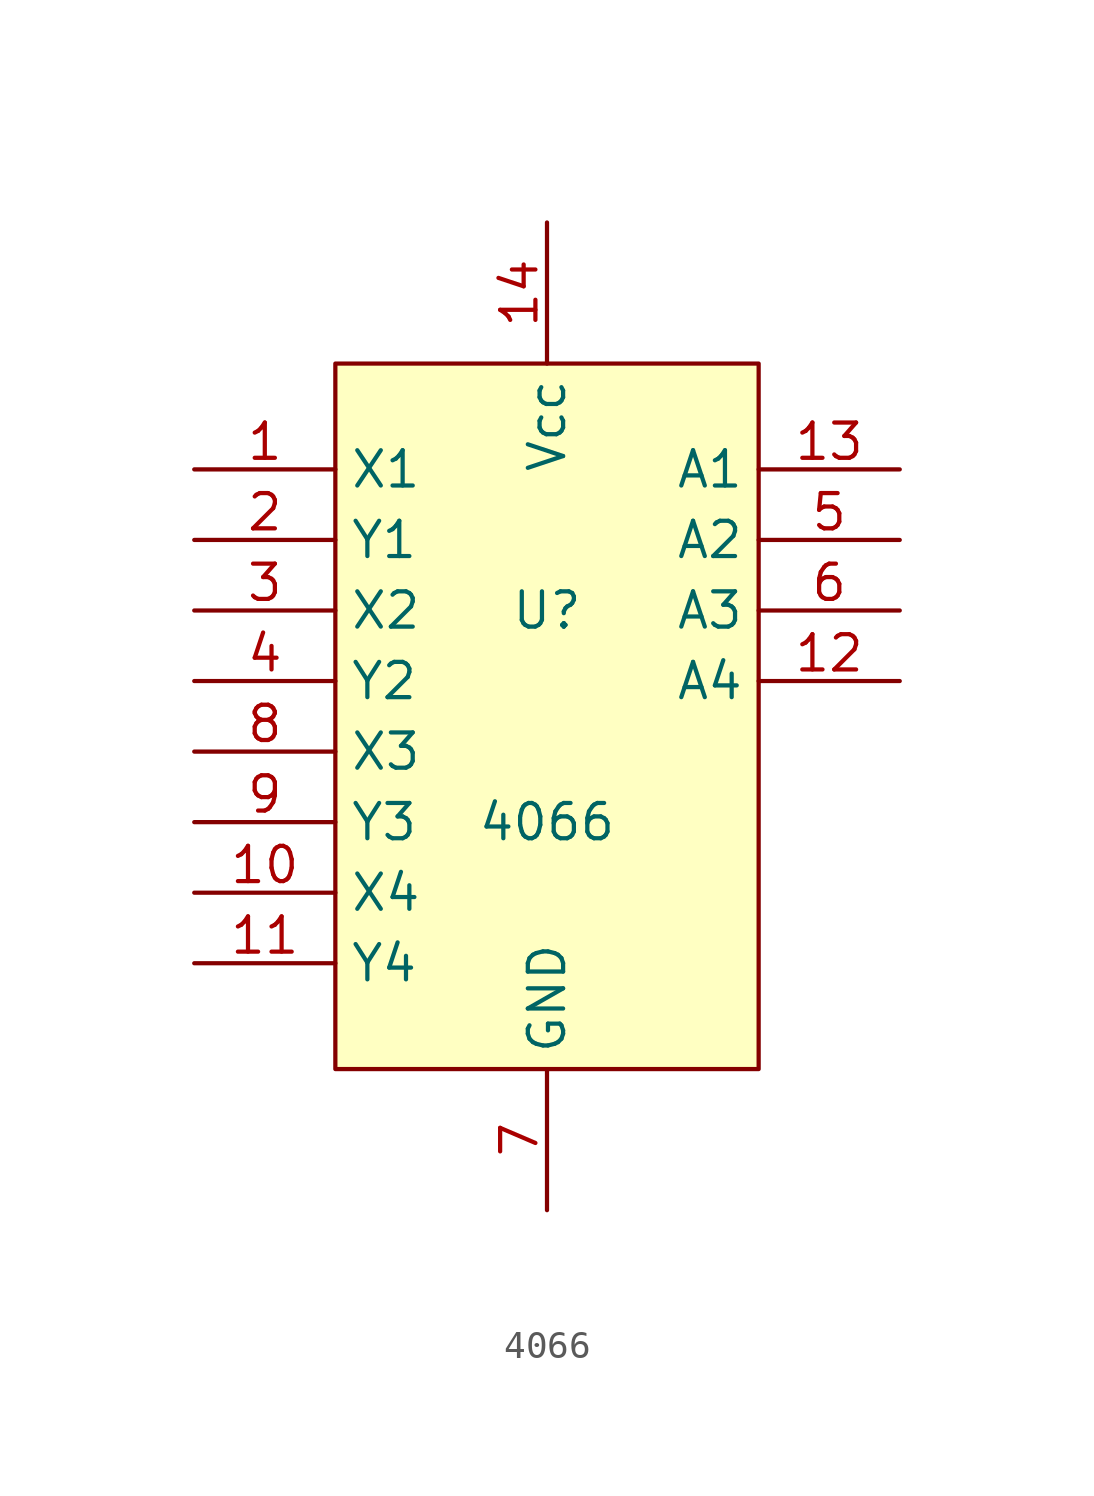
<source format=kicad_sym>
(kicad_symbol_lib
  (version 20220914)
  (generator kicad_symbol_editor)
  (symbol "4066"
    (property "Reference" "U"
      (at 0 3.81 0)
      (effects (font (size 1.27 1.27))))
    (property "Value" "4066"
      (at 0 -3.81 0)
      (effects (font (size 1.27 1.27))))
    (symbol "4066_1_1"
      (rectangle (start -7.62 12.7) (end 7.62 -12.7) (stroke (width 0) (type default)) (fill (type background)))
      (pin passive line (at -12.7 8.89 0) (length 5.08) (name "X1" (effects (font (size 1.27 1.27)))) (number "1" (effects (font (size 1.27 1.27)))))
      (pin passive line (at -12.7 -6.35 0) (length 5.08) (name "X4" (effects (font (size 1.27 1.27)))) (number "10" (effects (font (size 1.27 1.27)))))
      (pin passive line (at -12.7 -8.89 0) (length 5.08) (name "Y4" (effects (font (size 1.27 1.27)))) (number "11" (effects (font (size 1.27 1.27)))))
      (pin input line (at 12.7 1.27 180) (length 5.08) (name "A4" (effects (font (size 1.27 1.27)))) (number "12" (effects (font (size 1.27 1.27)))))
      (pin input line (at 12.7 8.89 180) (length 5.08) (name "A1" (effects (font (size 1.27 1.27)))) (number "13" (effects (font (size 1.27 1.27)))))
      (pin power_in line (at 0 17.78 270) (length 5.08) (name "Vcc" (effects (font (size 1.27 1.27)))) (number "14" (effects (font (size 1.27 1.27)))))
      (pin passive line (at -12.7 6.35 0) (length 5.08) (name "Y1" (effects (font (size 1.27 1.27)))) (number "2" (effects (font (size 1.27 1.27)))))
      (pin passive line (at -12.7 3.81 0) (length 5.08) (name "X2" (effects (font (size 1.27 1.27)))) (number "3" (effects (font (size 1.27 1.27)))))
      (pin passive line (at -12.7 1.27 0) (length 5.08) (name "Y2" (effects (font (size 1.27 1.27)))) (number "4" (effects (font (size 1.27 1.27)))))
      (pin input line (at 12.7 6.35 180) (length 5.08) (name "A2" (effects (font (size 1.27 1.27)))) (number "5" (effects (font (size 1.27 1.27)))))
      (pin input line (at 12.7 3.81 180) (length 5.08) (name "A3" (effects (font (size 1.27 1.27)))) (number "6" (effects (font (size 1.27 1.27)))))
      (pin power_in line (at 0 -17.78 90) (length 5.08) (name "GND" (effects (font (size 1.27 1.27)))) (number "7" (effects (font (size 1.27 1.27)))))
      (pin passive line (at -12.7 -1.27 0) (length 5.08) (name "X3" (effects (font (size 1.27 1.27)))) (number "8" (effects (font (size 1.27 1.27)))))
      (pin passive line (at -12.7 -3.81 0) (length 5.08) (name "Y3" (effects (font (size 1.27 1.27)))) (number "9" (effects (font (size 1.27 1.27))))))))
</source>
